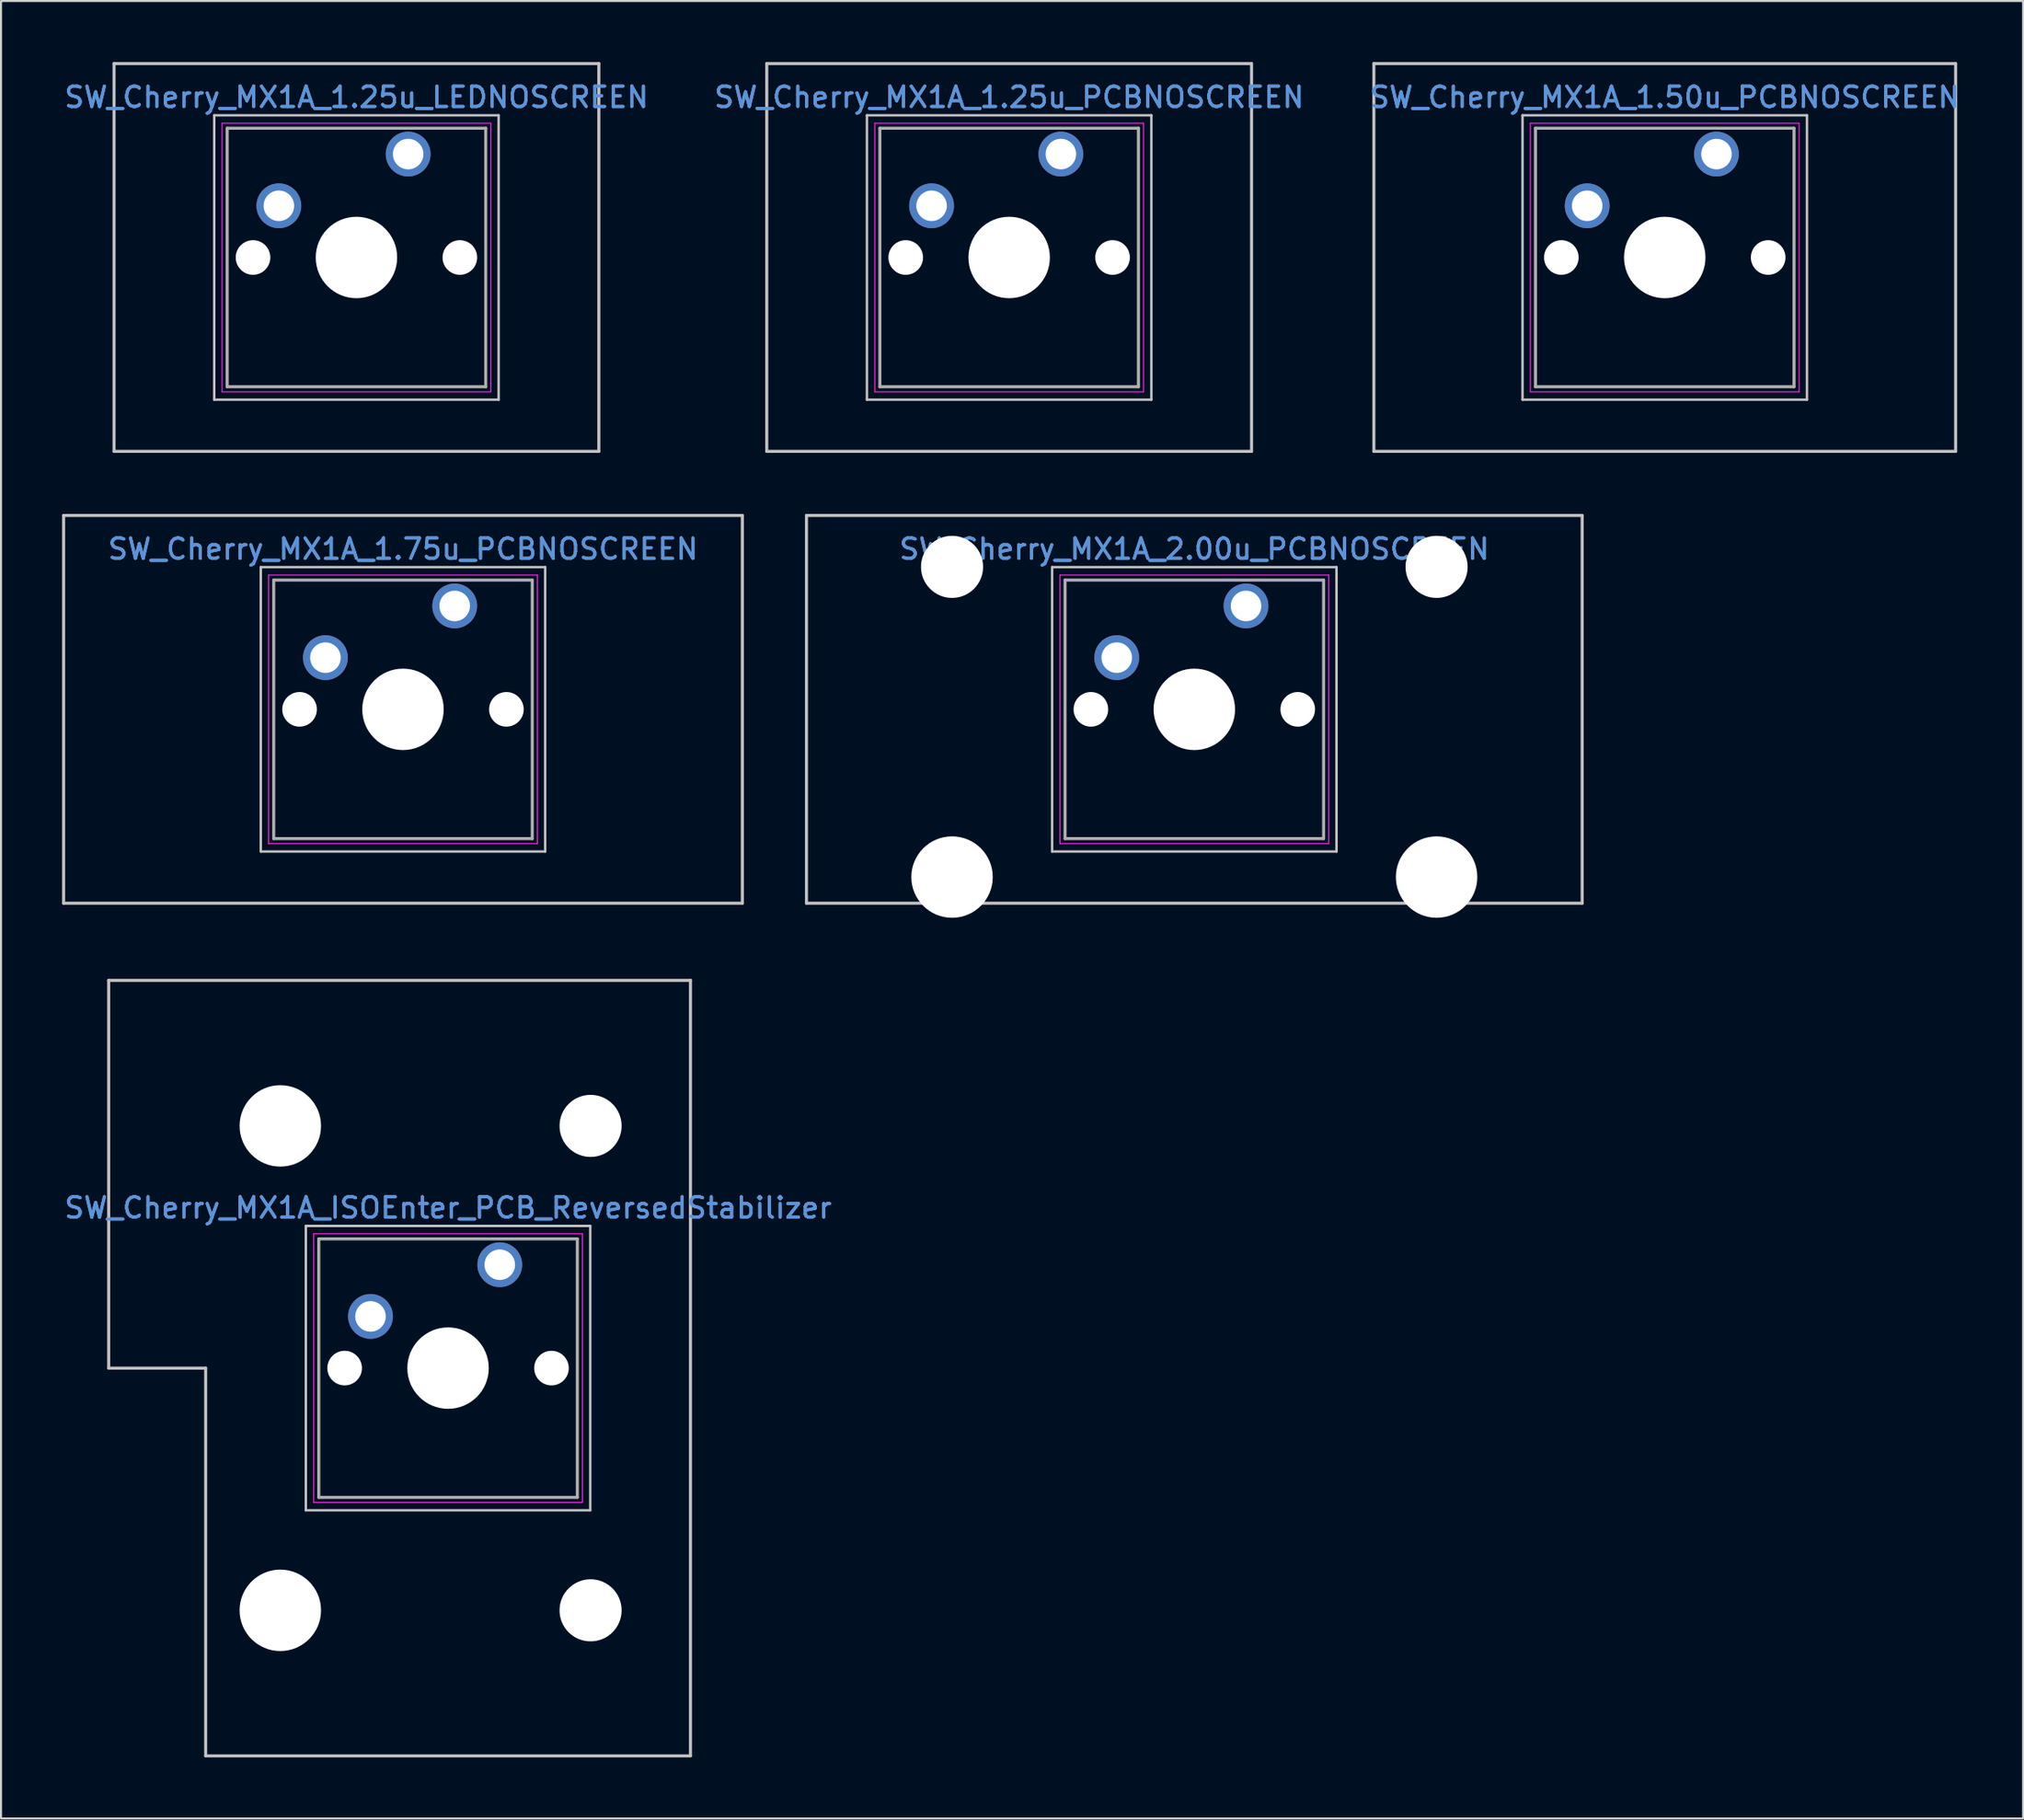
<source format=kicad_pcb>
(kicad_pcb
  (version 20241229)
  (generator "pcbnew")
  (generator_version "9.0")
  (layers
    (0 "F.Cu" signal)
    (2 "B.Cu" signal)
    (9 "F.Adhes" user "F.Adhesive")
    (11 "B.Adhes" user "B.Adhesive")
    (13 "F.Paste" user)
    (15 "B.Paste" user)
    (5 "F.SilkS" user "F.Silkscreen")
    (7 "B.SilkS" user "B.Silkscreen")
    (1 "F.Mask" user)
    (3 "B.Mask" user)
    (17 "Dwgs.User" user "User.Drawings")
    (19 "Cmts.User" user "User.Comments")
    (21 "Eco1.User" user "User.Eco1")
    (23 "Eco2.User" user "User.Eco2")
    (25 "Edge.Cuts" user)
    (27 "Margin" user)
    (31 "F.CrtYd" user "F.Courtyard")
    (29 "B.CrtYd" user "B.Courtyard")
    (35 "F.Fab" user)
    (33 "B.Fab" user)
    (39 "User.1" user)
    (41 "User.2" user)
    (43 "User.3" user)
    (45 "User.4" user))
  (footprint "SW_Cherry_MX1A_1.50u_PCBNOSCREEN"
    (layer "F.Cu")
    (at 81.26 4.52)
    (property "Reference" "SW_Cherry_MX1A_1.50u_PCBNOSCREEN" (at -2.54 -2.794 0) (layer "Cmts.User") (effects (font (size 1 1) (thickness 0.15))))
    (attr through_hole)
    (fp_line (start -16.828 -4.445) (end 11.748 -4.445) (stroke (width 0.15) (type solid)) (layer "Dwgs.User"))
    (fp_line (start -16.828 14.605) (end -16.828 -4.445) (stroke (width 0.15) (type solid)) (layer "Dwgs.User"))
    (fp_line (start -9.525 -1.905) (end 4.445 -1.905) (stroke (width 0.12) (type solid)) (layer "Dwgs.User"))
    (fp_line (start -9.525 12.065) (end -9.525 -1.905) (stroke (width 0.12) (type solid)) (layer "Dwgs.User"))
    (fp_line (start 4.445 -1.905) (end 4.445 12.065) (stroke (width 0.12) (type solid)) (layer "Dwgs.User"))
    (fp_line (start 4.445 12.065) (end -9.525 12.065) (stroke (width 0.12) (type solid)) (layer "Dwgs.User"))
    (fp_line (start 11.748 -4.445) (end 11.748 14.605) (stroke (width 0.15) (type solid)) (layer "Dwgs.User"))
    (fp_line (start 11.748 14.605) (end -16.828 14.605) (stroke (width 0.15) (type solid)) (layer "Dwgs.User"))
    (fp_line (start -9.14 -1.52) (end 4.06 -1.52) (stroke (width 0.05) (type solid)) (layer "F.CrtYd"))
    (fp_line (start -9.14 11.68) (end -9.14 -1.52) (stroke (width 0.05) (type solid)) (layer "F.CrtYd"))
    (fp_line (start 4.06 -1.52) (end 4.06 11.68) (stroke (width 0.05) (type solid)) (layer "F.CrtYd"))
    (fp_line (start 4.06 11.68) (end -9.14 11.68) (stroke (width 0.05) (type solid)) (layer "F.CrtYd"))
    (fp_line (start -8.89 -1.27) (end 3.81 -1.27) (stroke (width 0.15) (type solid)) (layer "F.Fab"))
    (fp_line (start -8.89 11.43) (end -8.89 -1.27) (stroke (width 0.15) (type solid)) (layer "F.Fab"))
    (fp_line (start 3.81 -1.27) (end 3.81 11.43) (stroke (width 0.15) (type solid)) (layer "F.Fab"))
    (fp_line (start 3.81 11.43) (end -8.89 11.43) (stroke (width 0.15) (type solid)) (layer "F.Fab"))
    (fp_text user "${REFERENCE}" (at -2.54 -2.794 0) (layer "F.Fab") (effects (font (size 1 1) (thickness 0.15))))
    (pad "" np_thru_hole circle (at -7.62 5.08) (size 1.7 1.7) (drill 1.7) (layers "*.Cu" "*.Mask"))
    (pad "" np_thru_hole circle (at -2.54 5.08) (size 4 4) (drill 4) (layers "*.Cu" "*.Mask"))
    (pad "" np_thru_hole circle (at 2.54 5.08) (size 1.7 1.7) (drill 1.7) (layers "*.Cu" "*.Mask"))
    (pad "1" thru_hole circle (at 0 0) (size 2.2 2.2) (drill 1.5) (layers "*.Cu" "*.Mask"))
    (pad "2" thru_hole circle (at -6.35 2.54) (size 2.2 2.2) (drill 1.5) (layers "*.Cu" "*.Mask")))
  (footprint "SW_Cherry_MX1A_1.25u_PCBNOSCREEN"
    (layer "F.Cu")
    (at 49.058 4.52)
    (property "Reference" "SW_Cherry_MX1A_1.25u_PCBNOSCREEN" (at -2.54 -2.794 0) (layer "Cmts.User") (effects (font (size 1 1) (thickness 0.15))))
    (attr through_hole)
    (fp_line (start -14.446 -4.445) (end 9.366 -4.445) (stroke (width 0.15) (type solid)) (layer "Dwgs.User"))
    (fp_line (start -14.446 14.605) (end -14.446 -4.445) (stroke (width 0.15) (type solid)) (layer "Dwgs.User"))
    (fp_line (start -9.525 -1.905) (end 4.445 -1.905) (stroke (width 0.12) (type solid)) (layer "Dwgs.User"))
    (fp_line (start -9.525 12.065) (end -9.525 -1.905) (stroke (width 0.12) (type solid)) (layer "Dwgs.User"))
    (fp_line (start 4.445 -1.905) (end 4.445 12.065) (stroke (width 0.12) (type solid)) (layer "Dwgs.User"))
    (fp_line (start 4.445 12.065) (end -9.525 12.065) (stroke (width 0.12) (type solid)) (layer "Dwgs.User"))
    (fp_line (start 9.366 -4.445) (end 9.366 14.605) (stroke (width 0.15) (type solid)) (layer "Dwgs.User"))
    (fp_line (start 9.366 14.605) (end -14.446 14.605) (stroke (width 0.15) (type solid)) (layer "Dwgs.User"))
    (fp_line (start -9.14 -1.52) (end 4.06 -1.52) (stroke (width 0.05) (type solid)) (layer "F.CrtYd"))
    (fp_line (start -9.14 11.68) (end -9.14 -1.52) (stroke (width 0.05) (type solid)) (layer "F.CrtYd"))
    (fp_line (start 4.06 -1.52) (end 4.06 11.68) (stroke (width 0.05) (type solid)) (layer "F.CrtYd"))
    (fp_line (start 4.06 11.68) (end -9.14 11.68) (stroke (width 0.05) (type solid)) (layer "F.CrtYd"))
    (fp_line (start -8.89 -1.27) (end 3.81 -1.27) (stroke (width 0.15) (type solid)) (layer "F.Fab"))
    (fp_line (start -8.89 11.43) (end -8.89 -1.27) (stroke (width 0.15) (type solid)) (layer "F.Fab"))
    (fp_line (start 3.81 -1.27) (end 3.81 11.43) (stroke (width 0.15) (type solid)) (layer "F.Fab"))
    (fp_line (start 3.81 11.43) (end -8.89 11.43) (stroke (width 0.15) (type solid)) (layer "F.Fab"))
    (fp_text user "${REFERENCE}" (at -2.54 -2.794 0) (layer "F.Fab") (effects (font (size 1 1) (thickness 0.15))))
    (pad "" np_thru_hole circle (at -7.62 5.08) (size 1.7 1.7) (drill 1.7) (layers "*.Cu" "*.Mask"))
    (pad "" np_thru_hole circle (at -2.54 5.08) (size 4 4) (drill 4) (layers "*.Cu" "*.Mask"))
    (pad "" np_thru_hole circle (at 2.54 5.08) (size 1.7 1.7) (drill 1.7) (layers "*.Cu" "*.Mask"))
    (pad "1" thru_hole circle (at 0 0) (size 2.2 2.2) (drill 1.5) (layers "*.Cu" "*.Mask"))
    (pad "2" thru_hole circle (at -6.35 2.54) (size 2.2 2.2) (drill 1.5) (layers "*.Cu" "*.Mask")))
  (footprint "SW_Cherry_MX1A_ISOEnter_PCB_ReversedStabilizer"
    (layer "F.Cu")
    (at 21.498 59.085)
    (property "Reference" "SW_Cherry_MX1A_ISOEnter_PCB_ReversedStabilizer" (at -2.54 -2.794 0) (layer "Cmts.User") (effects (font (size 1 1) (thickness 0.15))))
    (attr through_hole)
    (fp_line (start -19.209 -13.97) (end 9.366 -13.97) (stroke (width 0.15) (type solid)) (layer "Dwgs.User"))
    (fp_line (start -19.209 5.08) (end -19.209 -13.97) (stroke (width 0.15) (type solid)) (layer "Dwgs.User"))
    (fp_line (start -14.446 5.08) (end -19.209 5.08) (stroke (width 0.15) (type solid)) (layer "Dwgs.User"))
    (fp_line (start -14.446 24.13) (end -14.446 5.08) (stroke (width 0.15) (type solid)) (layer "Dwgs.User"))
    (fp_line (start -9.525 -1.905) (end 4.445 -1.905) (stroke (width 0.12) (type solid)) (layer "Dwgs.User"))
    (fp_line (start -9.525 12.065) (end -9.525 -1.905) (stroke (width 0.12) (type solid)) (layer "Dwgs.User"))
    (fp_line (start 4.445 -1.905) (end 4.445 12.065) (stroke (width 0.12) (type solid)) (layer "Dwgs.User"))
    (fp_line (start 4.445 12.065) (end -9.525 12.065) (stroke (width 0.12) (type solid)) (layer "Dwgs.User"))
    (fp_line (start 9.366 -13.97) (end 9.366 24.13) (stroke (width 0.15) (type solid)) (layer "Dwgs.User"))
    (fp_line (start 9.366 24.13) (end -14.446 24.13) (stroke (width 0.15) (type solid)) (layer "Dwgs.User"))
    (fp_line (start -9.14 -1.52) (end 4.06 -1.52) (stroke (width 0.05) (type solid)) (layer "F.CrtYd"))
    (fp_line (start -9.14 11.68) (end -9.14 -1.52) (stroke (width 0.05) (type solid)) (layer "F.CrtYd"))
    (fp_line (start 4.06 -1.52) (end 4.06 11.68) (stroke (width 0.05) (type solid)) (layer "F.CrtYd"))
    (fp_line (start 4.06 11.68) (end -9.14 11.68) (stroke (width 0.05) (type solid)) (layer "F.CrtYd"))
    (fp_line (start -8.89 -1.27) (end 3.81 -1.27) (stroke (width 0.15) (type solid)) (layer "F.Fab"))
    (fp_line (start -8.89 11.43) (end -8.89 -1.27) (stroke (width 0.15) (type solid)) (layer "F.Fab"))
    (fp_line (start 3.81 -1.27) (end 3.81 11.43) (stroke (width 0.15) (type solid)) (layer "F.Fab"))
    (fp_line (start 3.81 11.43) (end -8.89 11.43) (stroke (width 0.15) (type solid)) (layer "F.Fab"))
    (fp_text user "${REFERENCE}" (at -2.54 -2.794 0) (layer "F.Fab") (effects (font (size 1 1) (thickness 0.15))))
    (pad "" np_thru_hole circle (at -10.78 -6.82 180) (size 4 4) (drill 4) (layers "*.Cu" "*.Mask"))
    (pad "" np_thru_hole circle (at -10.78 16.98 180) (size 4 4) (drill 4) (layers "*.Cu" "*.Mask"))
    (pad "" np_thru_hole circle (at -7.62 5.08) (size 1.7 1.7) (drill 1.7) (layers "*.Cu" "*.Mask"))
    (pad "" np_thru_hole circle (at -2.54 5.08) (size 4 4) (drill 4) (layers "*.Cu" "*.Mask"))
    (pad "" np_thru_hole circle (at 2.54 5.08) (size 1.7 1.7) (drill 1.7) (layers "*.Cu" "*.Mask"))
    (pad "" np_thru_hole circle (at 4.46 -6.82 180) (size 3.05 3.05) (drill 3.05) (layers "*.Cu" "*.Mask"))
    (pad "" np_thru_hole circle (at 4.46 16.98 180) (size 3.05 3.05) (drill 3.05) (layers "*.Cu" "*.Mask"))
    (pad "1" thru_hole circle (at 0 0) (size 2.2 2.2) (drill 1.5) (layers "*.Cu" "*.Mask"))
    (pad "2" thru_hole circle (at -6.35 2.54) (size 2.2 2.2) (drill 1.5) (layers "*.Cu" "*.Mask")))
  (footprint "SW_Cherry_MX1A_2.00u_PCBNOSCREEN"
    (layer "F.Cu")
    (at 58.153 26.72)
    (property "Reference" "SW_Cherry_MX1A_2.00u_PCBNOSCREEN" (at -2.54 -2.794 0) (layer "Cmts.User") (effects (font (size 1 1) (thickness 0.15))))
    (attr through_hole)
    (fp_line (start -21.59 -4.445) (end 16.51 -4.445) (stroke (width 0.15) (type solid)) (layer "Dwgs.User"))
    (fp_line (start -21.59 14.605) (end -21.59 -4.445) (stroke (width 0.15) (type solid)) (layer "Dwgs.User"))
    (fp_line (start -9.525 -1.905) (end 4.445 -1.905) (stroke (width 0.12) (type solid)) (layer "Dwgs.User"))
    (fp_line (start -9.525 12.065) (end -9.525 -1.905) (stroke (width 0.12) (type solid)) (layer "Dwgs.User"))
    (fp_line (start 4.445 -1.905) (end 4.445 12.065) (stroke (width 0.12) (type solid)) (layer "Dwgs.User"))
    (fp_line (start 4.445 12.065) (end -9.525 12.065) (stroke (width 0.12) (type solid)) (layer "Dwgs.User"))
    (fp_line (start 16.51 -4.445) (end 16.51 14.605) (stroke (width 0.15) (type solid)) (layer "Dwgs.User"))
    (fp_line (start 16.51 14.605) (end -21.59 14.605) (stroke (width 0.15) (type solid)) (layer "Dwgs.User"))
    (fp_line (start -9.14 -1.52) (end 4.06 -1.52) (stroke (width 0.05) (type solid)) (layer "F.CrtYd"))
    (fp_line (start -9.14 11.68) (end -9.14 -1.52) (stroke (width 0.05) (type solid)) (layer "F.CrtYd"))
    (fp_line (start 4.06 -1.52) (end 4.06 11.68) (stroke (width 0.05) (type solid)) (layer "F.CrtYd"))
    (fp_line (start 4.06 11.68) (end -9.14 11.68) (stroke (width 0.05) (type solid)) (layer "F.CrtYd"))
    (fp_line (start -8.89 -1.27) (end 3.81 -1.27) (stroke (width 0.15) (type solid)) (layer "F.Fab"))
    (fp_line (start -8.89 11.43) (end -8.89 -1.27) (stroke (width 0.15) (type solid)) (layer "F.Fab"))
    (fp_line (start 3.81 -1.27) (end 3.81 11.43) (stroke (width 0.15) (type solid)) (layer "F.Fab"))
    (fp_line (start 3.81 11.43) (end -8.89 11.43) (stroke (width 0.15) (type solid)) (layer "F.Fab"))
    (fp_text user "${REFERENCE}" (at -2.54 -2.794 0) (layer "F.Fab") (effects (font (size 1 1) (thickness 0.15))))
    (pad "" np_thru_hole circle (at -14.44 -1.92) (size 3.05 3.05) (drill 3.05) (layers "*.Cu" "*.Mask"))
    (pad "" np_thru_hole circle (at -14.44 13.32) (size 4 4) (drill 4) (layers "*.Cu" "*.Mask"))
    (pad "" np_thru_hole circle (at -7.62 5.08) (size 1.7 1.7) (drill 1.7) (layers "*.Cu" "*.Mask"))
    (pad "" np_thru_hole circle (at -2.54 5.08) (size 4 4) (drill 4) (layers "*.Cu" "*.Mask"))
    (pad "" np_thru_hole circle (at 2.54 5.08) (size 1.7 1.7) (drill 1.7) (layers "*.Cu" "*.Mask"))
    (pad "" np_thru_hole circle (at 9.36 -1.92) (size 3.05 3.05) (drill 3.05) (layers "*.Cu" "*.Mask"))
    (pad "" np_thru_hole circle (at 9.36 13.32) (size 4 4) (drill 4) (layers "*.Cu" "*.Mask"))
    (pad "1" thru_hole circle (at 0 0) (size 2.2 2.2) (drill 1.5) (layers "*.Cu" "*.Mask"))
    (pad "2" thru_hole circle (at -6.35 2.54) (size 2.2 2.2) (drill 1.5) (layers "*.Cu" "*.Mask")))
  (footprint "SW_Cherry_MX1A_1.25u_LEDNOSCREEN"
    (layer "F.Cu")
    (at 16.998 4.52)
    (property "Reference" "SW_Cherry_MX1A_1.25u_LEDNOSCREEN" (at -2.54 -2.794 0) (layer "Cmts.User") (effects (font (size 1 1) (thickness 0.15))))
    (attr through_hole)
    (fp_line (start -14.446 -4.445) (end 9.366 -4.445) (stroke (width 0.15) (type solid)) (layer "Dwgs.User"))
    (fp_line (start -14.446 14.605) (end -14.446 -4.445) (stroke (width 0.15) (type solid)) (layer "Dwgs.User"))
    (fp_line (start -9.525 -1.905) (end 4.445 -1.905) (stroke (width 0.12) (type solid)) (layer "Dwgs.User"))
    (fp_line (start -9.525 12.065) (end -9.525 -1.905) (stroke (width 0.12) (type solid)) (layer "Dwgs.User"))
    (fp_line (start 4.445 -1.905) (end 4.445 12.065) (stroke (width 0.12) (type solid)) (layer "Dwgs.User"))
    (fp_line (start 4.445 12.065) (end -9.525 12.065) (stroke (width 0.12) (type solid)) (layer "Dwgs.User"))
    (fp_line (start 9.366 -4.445) (end 9.366 14.605) (stroke (width 0.15) (type solid)) (layer "Dwgs.User"))
    (fp_line (start 9.366 14.605) (end -14.446 14.605) (stroke (width 0.15) (type solid)) (layer "Dwgs.User"))
    (fp_line (start -9.14 -1.52) (end 4.06 -1.52) (stroke (width 0.05) (type solid)) (layer "F.CrtYd"))
    (fp_line (start -9.14 11.68) (end -9.14 -1.52) (stroke (width 0.05) (type solid)) (layer "F.CrtYd"))
    (fp_line (start 4.06 -1.52) (end 4.06 11.68) (stroke (width 0.05) (type solid)) (layer "F.CrtYd"))
    (fp_line (start 4.06 11.68) (end -9.14 11.68) (stroke (width 0.05) (type solid)) (layer "F.CrtYd"))
    (fp_line (start -8.89 -1.27) (end 3.81 -1.27) (stroke (width 0.15) (type solid)) (layer "F.Fab"))
    (fp_line (start -8.89 11.43) (end -8.89 -1.27) (stroke (width 0.15) (type solid)) (layer "F.Fab"))
    (fp_line (start 3.81 -1.27) (end 3.81 11.43) (stroke (width 0.15) (type solid)) (layer "F.Fab"))
    (fp_line (start 3.81 11.43) (end -8.89 11.43) (stroke (width 0.15) (type solid)) (layer "F.Fab"))
    (fp_text user "${REFERENCE}" (at -2.54 -2.794 0) (layer "F.Fab") (effects (font (size 1 1) (thickness 0.15))))
    (pad "" np_thru_hole circle (at -7.62 5.08) (size 1.7 1.7) (drill 1.7) (layers "*.Cu" "*.Mask"))
    (pad "" np_thru_hole circle (at -2.54 5.08) (size 4 4) (drill 4) (layers "*.Cu" "*.Mask"))
    (pad "" np_thru_hole circle (at 2.54 5.08) (size 1.7 1.7) (drill 1.7) (layers "*.Cu" "*.Mask"))
    (pad "1" thru_hole circle (at 0 0) (size 2.2 2.2) (drill 1.5) (layers "*.Cu" "*.Mask"))
    (pad "2" thru_hole circle (at -6.35 2.54) (size 2.2 2.2) (drill 1.5) (layers "*.Cu" "*.Mask")))
  (footprint "SW_Cherry_MX1A_1.75u_PCBNOSCREEN"
    (layer "F.Cu")
    (at 19.284 26.72)
    (property "Reference" "SW_Cherry_MX1A_1.75u_PCBNOSCREEN" (at -2.54 -2.794 0) (layer "Cmts.User") (effects (font (size 1 1) (thickness 0.15))))
    (attr through_hole)
    (fp_line (start -19.209 -4.445) (end 14.129 -4.445) (stroke (width 0.15) (type solid)) (layer "Dwgs.User"))
    (fp_line (start -19.209 14.605) (end -19.209 -4.445) (stroke (width 0.15) (type solid)) (layer "Dwgs.User"))
    (fp_line (start -9.525 -1.905) (end 4.445 -1.905) (stroke (width 0.12) (type solid)) (layer "Dwgs.User"))
    (fp_line (start -9.525 12.065) (end -9.525 -1.905) (stroke (width 0.12) (type solid)) (layer "Dwgs.User"))
    (fp_line (start 4.445 -1.905) (end 4.445 12.065) (stroke (width 0.12) (type solid)) (layer "Dwgs.User"))
    (fp_line (start 4.445 12.065) (end -9.525 12.065) (stroke (width 0.12) (type solid)) (layer "Dwgs.User"))
    (fp_line (start 14.129 -4.445) (end 14.129 14.605) (stroke (width 0.15) (type solid)) (layer "Dwgs.User"))
    (fp_line (start 14.129 14.605) (end -19.209 14.605) (stroke (width 0.15) (type solid)) (layer "Dwgs.User"))
    (fp_line (start -9.14 -1.52) (end 4.06 -1.52) (stroke (width 0.05) (type solid)) (layer "F.CrtYd"))
    (fp_line (start -9.14 11.68) (end -9.14 -1.52) (stroke (width 0.05) (type solid)) (layer "F.CrtYd"))
    (fp_line (start 4.06 -1.52) (end 4.06 11.68) (stroke (width 0.05) (type solid)) (layer "F.CrtYd"))
    (fp_line (start 4.06 11.68) (end -9.14 11.68) (stroke (width 0.05) (type solid)) (layer "F.CrtYd"))
    (fp_line (start -8.89 -1.27) (end 3.81 -1.27) (stroke (width 0.15) (type solid)) (layer "F.Fab"))
    (fp_line (start -8.89 11.43) (end -8.89 -1.27) (stroke (width 0.15) (type solid)) (layer "F.Fab"))
    (fp_line (start 3.81 -1.27) (end 3.81 11.43) (stroke (width 0.15) (type solid)) (layer "F.Fab"))
    (fp_line (start 3.81 11.43) (end -8.89 11.43) (stroke (width 0.15) (type solid)) (layer "F.Fab"))
    (fp_text user "${REFERENCE}" (at -2.54 -2.794 0) (layer "F.Fab") (effects (font (size 1 1) (thickness 0.15))))
    (pad "" np_thru_hole circle (at -7.62 5.08) (size 1.7 1.7) (drill 1.7) (layers "*.Cu" "*.Mask"))
    (pad "" np_thru_hole circle (at -2.54 5.08) (size 4 4) (drill 4) (layers "*.Cu" "*.Mask"))
    (pad "" np_thru_hole circle (at 2.54 5.08) (size 1.7 1.7) (drill 1.7) (layers "*.Cu" "*.Mask"))
    (pad "1" thru_hole circle (at 0 0) (size 2.2 2.2) (drill 1.5) (layers "*.Cu" "*.Mask"))
    (pad "2" thru_hole circle (at -6.35 2.54) (size 2.2 2.2) (drill 1.5) (layers "*.Cu" "*.Mask")))
  (gr_rect
    (start -3 -3)
    (end 96.321 86.29)
    (stroke (width 0.1) (type default))
    (fill no)
    (layer "Edge.Cuts")))
</source>
